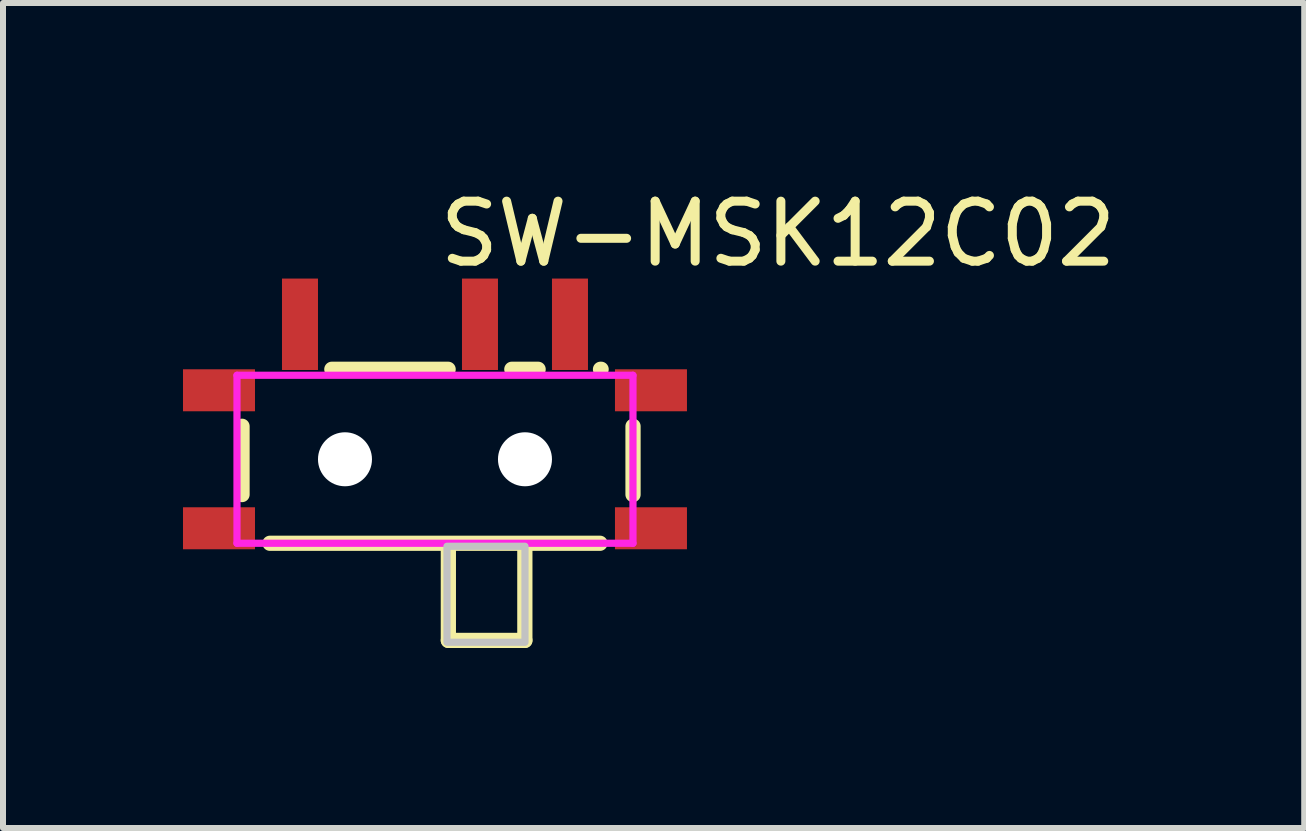
<source format=kicad_pcb>
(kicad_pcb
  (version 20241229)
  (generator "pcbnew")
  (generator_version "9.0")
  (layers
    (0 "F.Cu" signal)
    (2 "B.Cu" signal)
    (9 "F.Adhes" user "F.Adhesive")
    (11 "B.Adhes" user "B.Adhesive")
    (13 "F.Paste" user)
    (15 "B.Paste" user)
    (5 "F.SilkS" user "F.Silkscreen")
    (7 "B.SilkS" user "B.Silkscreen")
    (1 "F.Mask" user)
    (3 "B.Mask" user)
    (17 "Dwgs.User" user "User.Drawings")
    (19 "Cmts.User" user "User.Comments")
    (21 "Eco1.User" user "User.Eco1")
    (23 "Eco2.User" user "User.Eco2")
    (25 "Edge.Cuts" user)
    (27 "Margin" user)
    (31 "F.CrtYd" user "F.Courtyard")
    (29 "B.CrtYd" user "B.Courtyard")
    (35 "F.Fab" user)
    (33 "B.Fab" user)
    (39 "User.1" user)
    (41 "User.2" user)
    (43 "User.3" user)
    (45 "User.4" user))
  (footprint "SW-MSK12C02"
    (layer "F.Cu")
    (at 4.2 4.055)
    (property "Reference" "SW-MSK12C02" (at 0 -3.207 0) (layer "F.SilkS") (effects (font (size 1 1) (thickness 0.15)) (justify left)))
    (attr through_hole)
    (fp_line (start -3.216 1.138) (end -3.216 0) (stroke (width 0.254) (type solid)) (layer "F.SilkS"))
    (fp_line (start -2.75 1.95) (end 2.75 1.95) (stroke (width 0.254) (type solid)) (layer "F.SilkS"))
    (fp_line (start 0.219 -0.95) (end -1.719 -0.95) (stroke (width 0.254) (type solid)) (layer "F.SilkS"))
    (fp_line (start 0.223 1.969) (end 0.223 3.569) (stroke (width 0.254) (type solid)) (layer "F.SilkS"))
    (fp_line (start 0.223 3.569) (end 1.498 3.569) (stroke (width 0.254) (type solid)) (layer "F.SilkS"))
    (fp_line (start 1.498 3.569) (end 1.498 1.969) (stroke (width 0.254) (type solid)) (layer "F.SilkS"))
    (fp_line (start 1.719 -0.95) (end 1.281 -0.95) (stroke (width 0.254) (type solid)) (layer "F.SilkS"))
    (fp_line (start 2.769 -0.95) (end 2.759 -0.95) (stroke (width 0.254) (type solid)) (layer "F.SilkS"))
    (fp_line (start 3.301 0) (end 3.301 1.138) (stroke (width 0.254) (type solid)) (layer "F.SilkS"))
    (fp_circle (center -1.5 0.55) (end -1.325 0.55) (stroke (width 0.35) (type solid)) (fill no) (layer "Dwgs.User"))
    (fp_circle (center 1.5 0.55) (end 1.675 0.55) (stroke (width 0.35) (type solid)) (fill no) (layer "Dwgs.User"))
    (fp_poly (pts (xy 0.2 2) (xy 1.5 2) (xy 1.5 3.6) (xy 0.2 3.6)) (stroke (width 0.12) (type solid)) (fill no) (layer "Dwgs.User"))
    (fp_circle (center -4 -1.84) (end -3.97 -1.84) (stroke (width 0.06) (type solid)) (fill no) (layer "Eco2.User"))
    (fp_poly (pts (xy -3.2 -0.4) (xy -4 -0.4) (xy -4 -0.8) (xy -3.2 -0.8)) (stroke (width 0.12) (type solid)) (fill no) (layer "Eco2.User"))
    (fp_poly (pts (xy -3.2 1.9) (xy -4 1.9) (xy -4 1.5) (xy -3.2 1.5)) (stroke (width 0.12) (type solid)) (fill no) (layer "Eco2.User"))
    (fp_poly (pts (xy -2.05 -1.84) (xy -2.05 -0.84) (xy -2.45 -0.84) (xy -2.45 -1.84)) (stroke (width 0.12) (type solid)) (fill no) (layer "Eco2.User"))
    (fp_poly (pts (xy 0.95 -1.84) (xy 0.95 -0.84) (xy 0.55 -0.84) (xy 0.55 -1.84)) (stroke (width 0.12) (type solid)) (fill no) (layer "Eco2.User"))
    (fp_poly (pts (xy 2.45 -1.84) (xy 2.45 -0.84) (xy 2.05 -0.84) (xy 2.05 -1.84)) (stroke (width 0.12) (type solid)) (fill no) (layer "Eco2.User"))
    (fp_poly (pts (xy 4 -0.4) (xy 3.2 -0.4) (xy 3.2 -0.8) (xy 4 -0.8)) (stroke (width 0.12) (type solid)) (fill no) (layer "Eco2.User"))
    (fp_poly (pts (xy 4 1.9) (xy 3.2 1.9) (xy 3.2 1.5) (xy 4 1.5)) (stroke (width 0.12) (type solid)) (fill no) (layer "Eco2.User"))
    (fp_line (start -3.3 -0.85) (end 3.3 -0.85) (stroke (width 0.12) (type solid)) (layer "F.CrtYd"))
    (fp_line (start -3.3 1.95) (end -3.3 -0.85) (stroke (width 0.12) (type solid)) (layer "F.CrtYd"))
    (fp_line (start 3.3 -0.85) (end 3.3 1.95) (stroke (width 0.12) (type solid)) (layer "F.CrtYd"))
    (fp_line (start 3.3 1.95) (end -3.3 1.95) (stroke (width 0.12) (type solid)) (layer "F.CrtYd"))
    (pad "" np_thru_hole circle (at -1.5 0.55) (size 0.9 0.9) (drill 0.9) (layers "*.Cu" "*.Mask"))
    (pad "" np_thru_hole circle (at 1.5 0.55) (size 0.9 0.9) (drill 0.9) (layers "*.Cu" "*.Mask"))
    (pad "1" smd rect (at -2.25 -1.7 90) (size 1.524 0.6) (layers "F.Cu" "F.Mask" "F.Paste"))
    (pad "2" smd rect (at 0.75 -1.7 90) (size 1.524 0.6) (layers "F.Cu" "F.Mask" "F.Paste"))
    (pad "3" smd rect (at 2.25 -1.7 90) (size 1.524 0.6) (layers "F.Cu" "F.Mask" "F.Paste"))
    (pad "4" smd rect (at -3.6 -0.6 180) (size 1.2 0.7) (layers "F.Cu" "F.Mask" "F.Paste"))
    (pad "4" smd rect (at -3.6 1.7 180) (size 1.2 0.7) (layers "F.Cu" "F.Mask" "F.Paste"))
    (pad "4" smd rect (at 3.6 -0.6 180) (size 1.2 0.7) (layers "F.Cu" "F.Mask" "F.Paste"))
    (pad "4" smd rect (at 3.6 1.7 180) (size 1.2 0.7) (layers "F.Cu" "F.Mask" "F.Paste")))
  (gr_rect
    (start -3 -3)
    (end 18.688 10.751)
    (stroke (width 0.1) (type default))
    (fill no)
    (layer "Edge.Cuts")))
</source>
